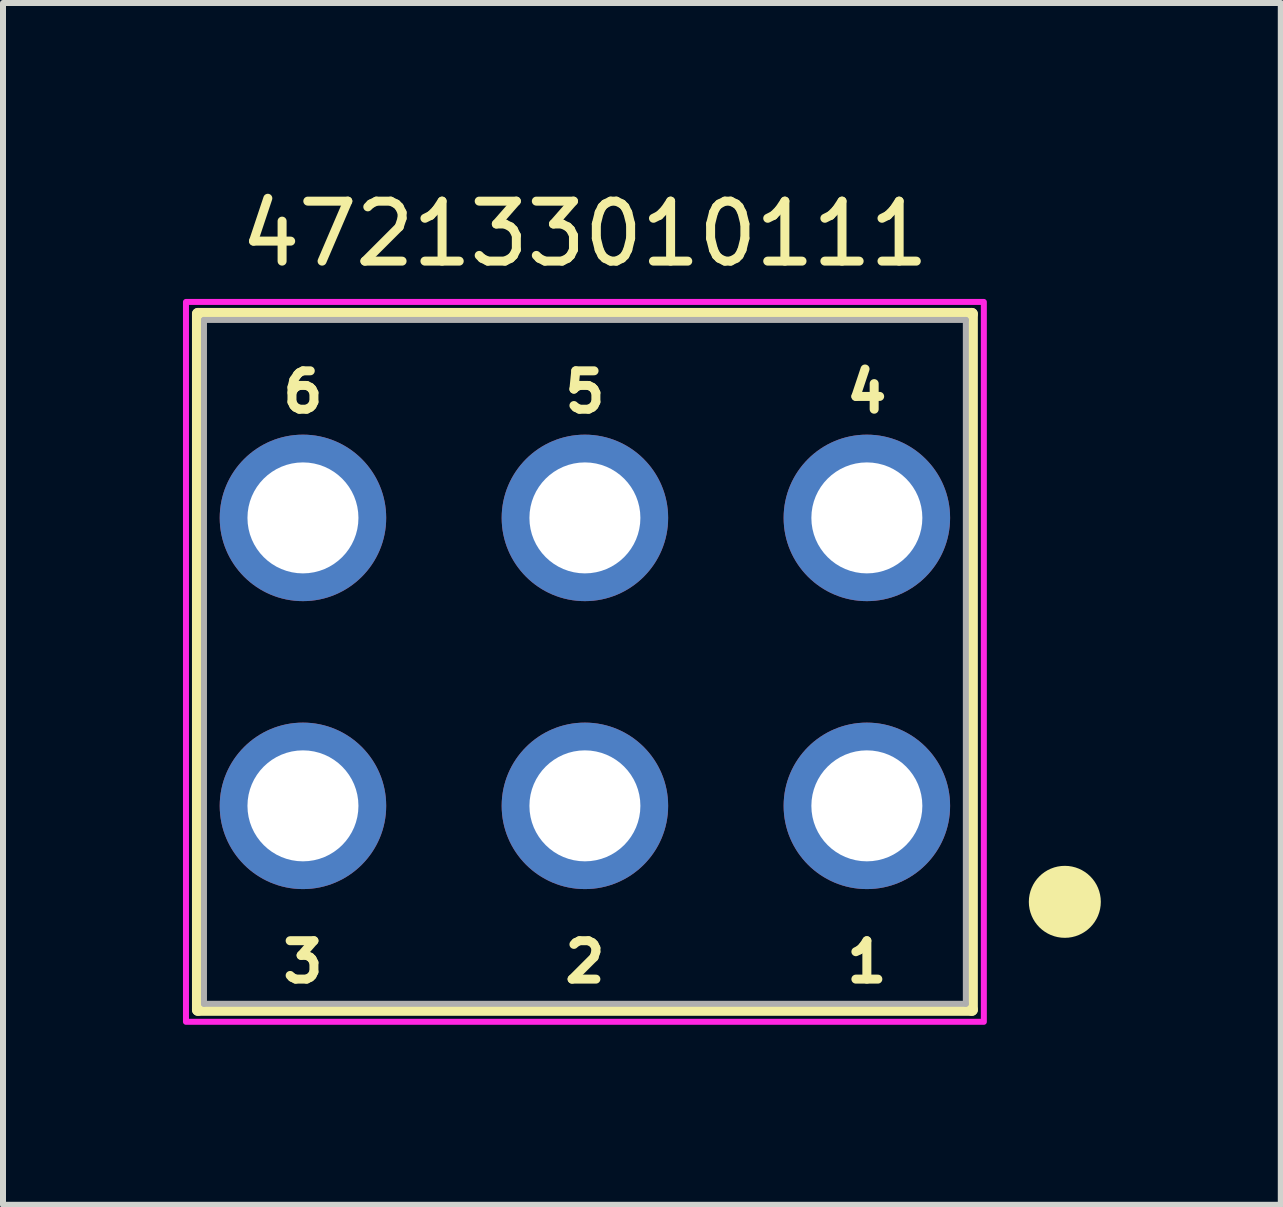
<source format=kicad_pcb>
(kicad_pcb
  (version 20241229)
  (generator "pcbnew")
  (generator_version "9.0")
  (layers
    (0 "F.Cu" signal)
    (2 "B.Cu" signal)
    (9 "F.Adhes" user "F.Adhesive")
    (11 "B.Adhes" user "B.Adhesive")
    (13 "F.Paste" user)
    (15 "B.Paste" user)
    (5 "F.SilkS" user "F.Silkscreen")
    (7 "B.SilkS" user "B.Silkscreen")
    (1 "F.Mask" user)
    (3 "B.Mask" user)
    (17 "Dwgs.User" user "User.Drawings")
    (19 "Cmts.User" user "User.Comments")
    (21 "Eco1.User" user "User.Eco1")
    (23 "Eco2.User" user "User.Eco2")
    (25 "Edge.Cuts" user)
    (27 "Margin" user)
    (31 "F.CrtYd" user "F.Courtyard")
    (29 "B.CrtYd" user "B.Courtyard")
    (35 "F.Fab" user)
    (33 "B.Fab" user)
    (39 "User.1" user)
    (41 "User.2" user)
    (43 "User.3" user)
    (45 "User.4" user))
  (footprint "472133010111"
    (layer "F.Cu")
    (at 6.7 7.983)
    (property "Reference" "472133010111" (at 0 -7.135 0) (layer "F.SilkS") (effects (font (size 1 1) (thickness 0.15))))
    (attr through_hole)
    (fp_line (start -6.45 -5.8) (end 6.45 -5.8) (stroke (width 0.2) (type solid)) (layer "F.SilkS"))
    (fp_line (start -6.45 5.8) (end -6.45 -5.8) (stroke (width 0.2) (type solid)) (layer "F.SilkS"))
    (fp_line (start 6.45 -5.8) (end 6.45 5.8) (stroke (width 0.2) (type solid)) (layer "F.SilkS"))
    (fp_line (start 6.45 5.8) (end -6.45 5.8) (stroke (width 0.2) (type solid)) (layer "F.SilkS"))
    (fp_circle (center 8 4) (end 8.3 4) (stroke (width 0.6) (type solid)) (fill no) (layer "F.SilkS"))
    (fp_poly (pts (xy -6.65 -6) (xy 6.65 -6) (xy 6.65 6) (xy -6.65 6)) (stroke (width 0.1) (type solid)) (fill no) (layer "F.CrtYd"))
    (fp_line (start -6.35 -5.7) (end 6.35 -5.7) (stroke (width 0.1) (type solid)) (layer "F.Fab"))
    (fp_line (start -6.35 5.7) (end -6.35 -5.7) (stroke (width 0.1) (type solid)) (layer "F.Fab"))
    (fp_line (start 6.35 -5.7) (end 6.35 5.7) (stroke (width 0.1) (type solid)) (layer "F.Fab"))
    (fp_line (start 6.35 5.7) (end -6.35 5.7) (stroke (width 0.1) (type solid)) (layer "F.Fab"))
    (fp_text user "1" (at 4.7 5 0) (layer "F.SilkS") (effects (font (size 0.64 0.64) (thickness 0.15))))
    (fp_text user "6" (at -4.7 -4.5 0) (layer "F.SilkS") (effects (font (size 0.64 0.64) (thickness 0.15))))
    (fp_text user "3" (at -4.7 5 0) (layer "F.SilkS") (effects (font (size 0.64 0.64) (thickness 0.15))))
    (fp_text user "5" (at 0 -4.5 0) (layer "F.SilkS") (effects (font (size 0.64 0.64) (thickness 0.15))))
    (fp_text user "2" (at 0 5 0) (layer "F.SilkS") (effects (font (size 0.64 0.64) (thickness 0.15))))
    (fp_text user "4" (at 4.7 -4.5 0) (layer "F.SilkS") (effects (font (size 0.64 0.64) (thickness 0.15))))
    (pad "1" thru_hole circle (at 4.7 2.4) (size 2.775 2.775) (drill 1.85) (layers "*.Cu" "*.Mask"))
    (pad "2" thru_hole circle (at 0 2.4) (size 2.775 2.775) (drill 1.85) (layers "*.Cu" "*.Mask"))
    (pad "3" thru_hole circle (at -4.7 2.4) (size 2.775 2.775) (drill 1.85) (layers "*.Cu" "*.Mask"))
    (pad "4" thru_hole circle (at 4.7 -2.4) (size 2.775 2.775) (drill 1.85) (layers "*.Cu" "*.Mask"))
    (pad "5" thru_hole circle (at 0 -2.4) (size 2.775 2.775) (drill 1.85) (layers "*.Cu" "*.Mask"))
    (pad "6" thru_hole circle (at -4.7 -2.4) (size 2.775 2.775) (drill 1.85) (layers "*.Cu" "*.Mask")))
  (gr_rect
    (start -3 -3)
    (end 18.3 17.033)
    (stroke (width 0.1) (type default))
    (fill no)
    (layer "Edge.Cuts")))
</source>
